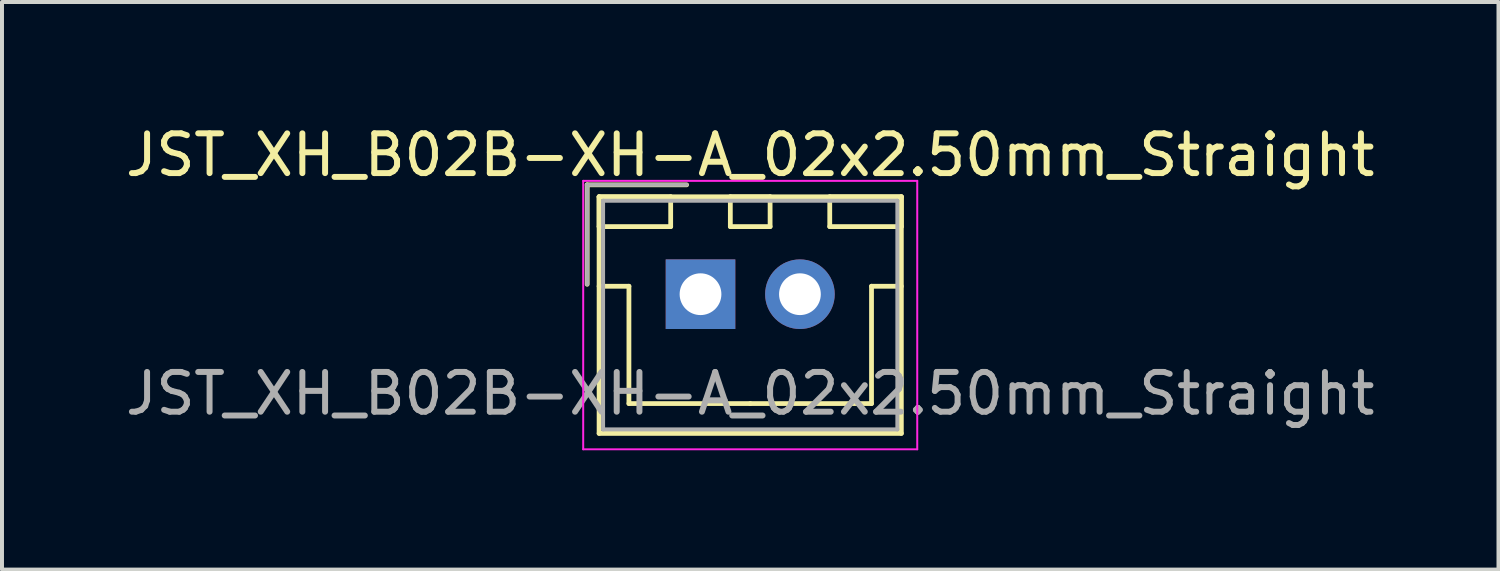
<source format=kicad_pcb>
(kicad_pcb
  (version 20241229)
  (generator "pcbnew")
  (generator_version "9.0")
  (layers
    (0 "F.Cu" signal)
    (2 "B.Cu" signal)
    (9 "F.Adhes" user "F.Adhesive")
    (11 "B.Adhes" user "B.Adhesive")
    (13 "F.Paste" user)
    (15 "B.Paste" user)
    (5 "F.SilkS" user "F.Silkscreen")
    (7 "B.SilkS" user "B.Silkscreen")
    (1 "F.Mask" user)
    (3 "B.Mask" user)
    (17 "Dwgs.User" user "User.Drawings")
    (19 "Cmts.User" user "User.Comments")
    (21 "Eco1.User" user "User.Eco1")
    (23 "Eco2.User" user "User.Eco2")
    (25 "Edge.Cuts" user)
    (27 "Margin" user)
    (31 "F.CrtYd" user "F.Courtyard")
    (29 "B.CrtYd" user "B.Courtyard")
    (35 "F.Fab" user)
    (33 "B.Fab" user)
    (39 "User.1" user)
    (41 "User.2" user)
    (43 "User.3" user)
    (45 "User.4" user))
  (footprint "JST_XH_B02B-XH-A_02x2.50mm_Straight"
    (layer "F.Cu")
    (at 14.565 4.348)
    (property "Reference" "JST_XH_B02B-XH-A_02x2.50mm_Straight" (at 1.25 -3.5 0) (layer "F.SilkS") (effects (font (size 1 1) (thickness 0.15))))
    (attr through_hole)
    (fp_line (start -2.85 -2.75) (end -2.85 -0.25) (stroke (width 0.12) (type solid)) (layer "F.SilkS"))
    (fp_line (start -2.55 -2.45) (end -2.55 -1.7) (stroke (width 0.12) (type solid)) (layer "F.SilkS"))
    (fp_line (start -2.55 -2.45) (end -2.55 3.5) (stroke (width 0.12) (type solid)) (layer "F.SilkS"))
    (fp_line (start -2.55 -1.7) (end -0.75 -1.7) (stroke (width 0.12) (type solid)) (layer "F.SilkS"))
    (fp_line (start -2.55 -0.2) (end -1.8 -0.2) (stroke (width 0.12) (type solid)) (layer "F.SilkS"))
    (fp_line (start -2.55 3.5) (end 5.05 3.5) (stroke (width 0.12) (type solid)) (layer "F.SilkS"))
    (fp_line (start -1.8 -0.2) (end -1.8 2.75) (stroke (width 0.12) (type solid)) (layer "F.SilkS"))
    (fp_line (start -1.8 2.75) (end 1.25 2.75) (stroke (width 0.12) (type solid)) (layer "F.SilkS"))
    (fp_line (start -0.75 -2.45) (end -2.55 -2.45) (stroke (width 0.12) (type solid)) (layer "F.SilkS"))
    (fp_line (start -0.75 -1.7) (end -0.75 -2.45) (stroke (width 0.12) (type solid)) (layer "F.SilkS"))
    (fp_line (start -0.35 -2.75) (end -2.85 -2.75) (stroke (width 0.12) (type solid)) (layer "F.SilkS"))
    (fp_line (start 0.75 -2.45) (end 0.75 -1.7) (stroke (width 0.12) (type solid)) (layer "F.SilkS"))
    (fp_line (start 0.75 -1.7) (end 1.75 -1.7) (stroke (width 0.12) (type solid)) (layer "F.SilkS"))
    (fp_line (start 1.75 -2.45) (end 0.75 -2.45) (stroke (width 0.12) (type solid)) (layer "F.SilkS"))
    (fp_line (start 1.75 -1.7) (end 1.75 -2.45) (stroke (width 0.12) (type solid)) (layer "F.SilkS"))
    (fp_line (start 3.25 -2.45) (end 3.25 -1.7) (stroke (width 0.12) (type solid)) (layer "F.SilkS"))
    (fp_line (start 3.25 -1.7) (end 5.05 -1.7) (stroke (width 0.12) (type solid)) (layer "F.SilkS"))
    (fp_line (start 4.3 -0.2) (end 4.3 2.75) (stroke (width 0.12) (type solid)) (layer "F.SilkS"))
    (fp_line (start 4.3 2.75) (end 1.25 2.75) (stroke (width 0.12) (type solid)) (layer "F.SilkS"))
    (fp_line (start 5.05 -2.45) (end -2.55 -2.45) (stroke (width 0.12) (type solid)) (layer "F.SilkS"))
    (fp_line (start 5.05 -2.45) (end 3.25 -2.45) (stroke (width 0.12) (type solid)) (layer "F.SilkS"))
    (fp_line (start 5.05 -1.7) (end 5.05 -2.45) (stroke (width 0.12) (type solid)) (layer "F.SilkS"))
    (fp_line (start 5.05 -0.2) (end 4.3 -0.2) (stroke (width 0.12) (type solid)) (layer "F.SilkS"))
    (fp_line (start 5.05 3.5) (end 5.05 -2.45) (stroke (width 0.12) (type solid)) (layer "F.SilkS"))
    (fp_line (start -2.95 -2.85) (end -2.95 3.9) (stroke (width 0.05) (type solid)) (layer "F.CrtYd"))
    (fp_line (start -2.95 3.9) (end 5.45 3.9) (stroke (width 0.05) (type solid)) (layer "F.CrtYd"))
    (fp_line (start 5.45 -2.85) (end -2.95 -2.85) (stroke (width 0.05) (type solid)) (layer "F.CrtYd"))
    (fp_line (start 5.45 3.9) (end 5.45 -2.85) (stroke (width 0.05) (type solid)) (layer "F.CrtYd"))
    (fp_line (start -2.85 -2.75) (end -2.85 -0.25) (stroke (width 0.1) (type solid)) (layer "F.Fab"))
    (fp_line (start -2.45 -2.35) (end -2.45 3.4) (stroke (width 0.1) (type solid)) (layer "F.Fab"))
    (fp_line (start -2.45 3.4) (end 4.95 3.4) (stroke (width 0.1) (type solid)) (layer "F.Fab"))
    (fp_line (start -0.35 -2.75) (end -2.85 -2.75) (stroke (width 0.1) (type solid)) (layer "F.Fab"))
    (fp_line (start 4.95 -2.35) (end -2.45 -2.35) (stroke (width 0.1) (type solid)) (layer "F.Fab"))
    (fp_line (start 4.95 3.4) (end 4.95 -2.35) (stroke (width 0.1) (type solid)) (layer "F.Fab"))
    (fp_text user "${REFERENCE}" (at 1.25 2.5 0) (layer "F.Fab") (effects (font (size 1 1) (thickness 0.15))))
    (pad "1" thru_hole rect (at 0 0) (size 1.75 1.75) (drill 1.05) (layers "*.Cu" "*.Mask"))
    (pad "2" thru_hole circle (at 2.5 0) (size 1.75 1.75) (drill 1.05) (layers "*.Cu" "*.Mask")))
  (gr_rect
    (start -3 -3)
    (end 34.631 11.273)
    (stroke (width 0.1) (type default))
    (fill no)
    (layer "Edge.Cuts")))
</source>
